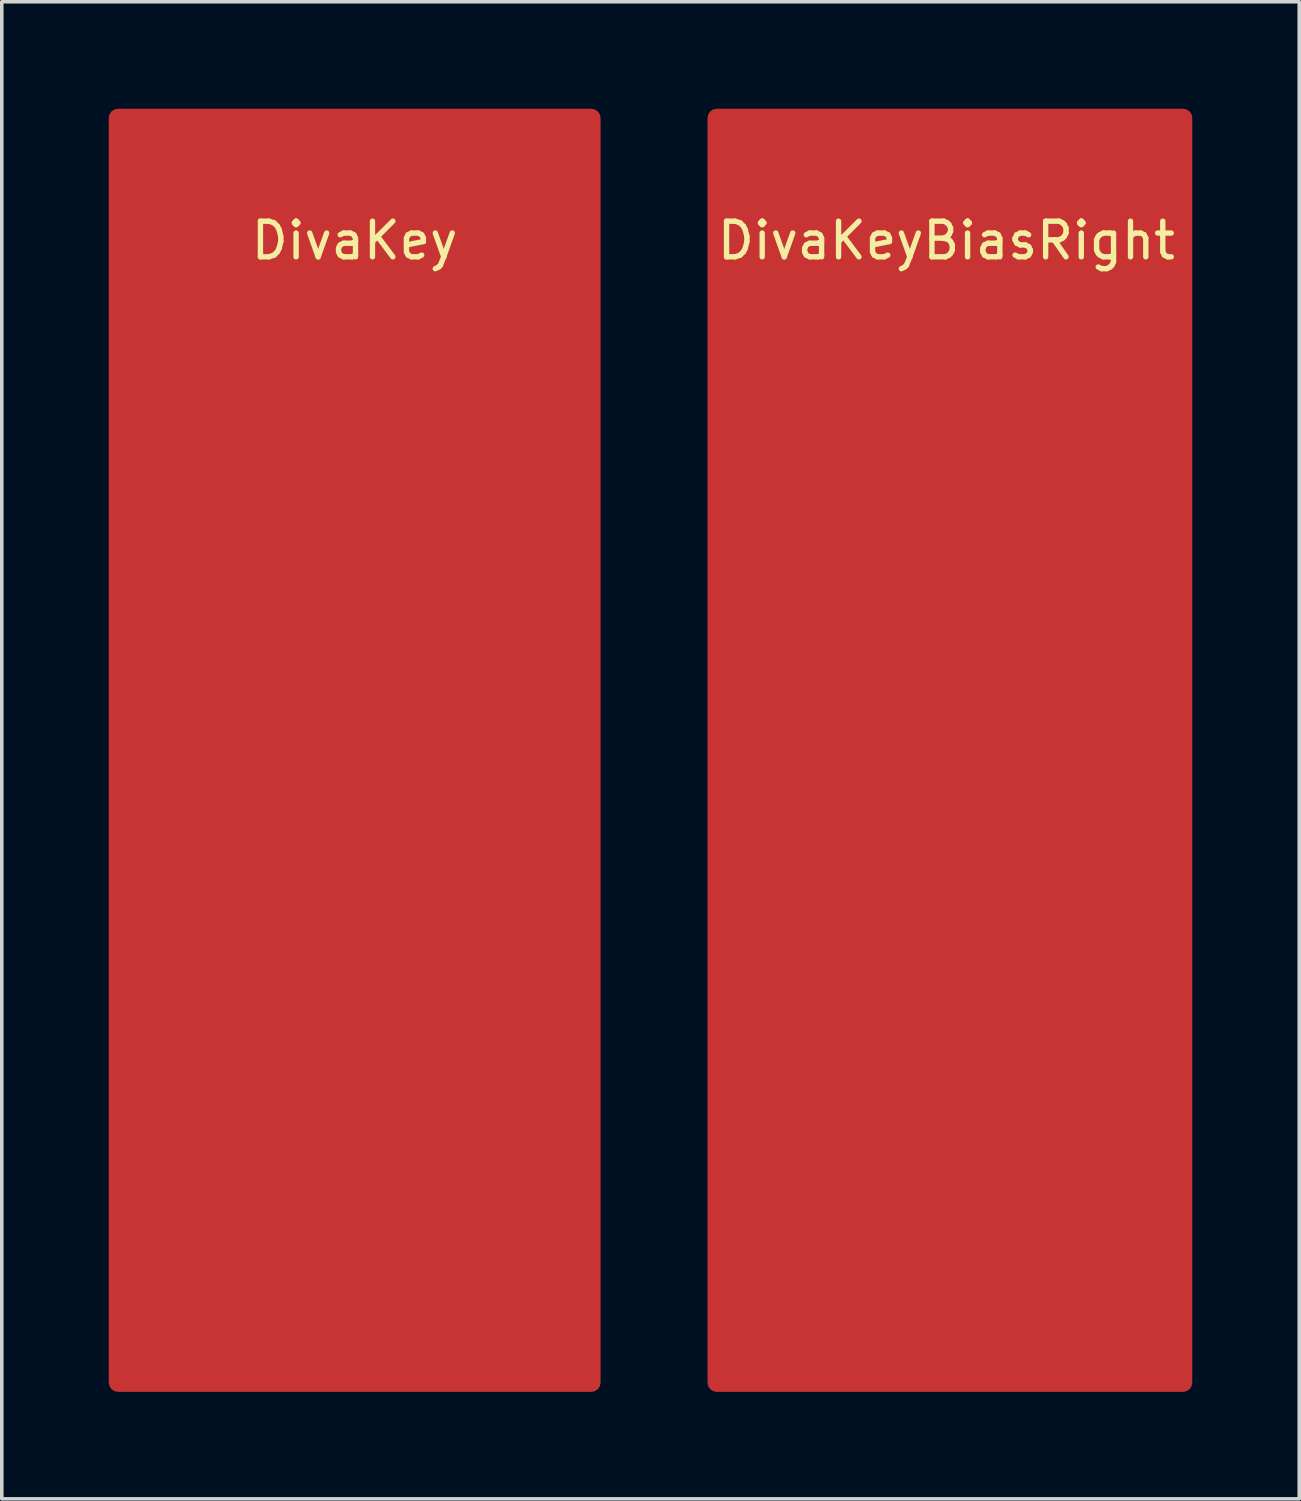
<source format=kicad_pcb>
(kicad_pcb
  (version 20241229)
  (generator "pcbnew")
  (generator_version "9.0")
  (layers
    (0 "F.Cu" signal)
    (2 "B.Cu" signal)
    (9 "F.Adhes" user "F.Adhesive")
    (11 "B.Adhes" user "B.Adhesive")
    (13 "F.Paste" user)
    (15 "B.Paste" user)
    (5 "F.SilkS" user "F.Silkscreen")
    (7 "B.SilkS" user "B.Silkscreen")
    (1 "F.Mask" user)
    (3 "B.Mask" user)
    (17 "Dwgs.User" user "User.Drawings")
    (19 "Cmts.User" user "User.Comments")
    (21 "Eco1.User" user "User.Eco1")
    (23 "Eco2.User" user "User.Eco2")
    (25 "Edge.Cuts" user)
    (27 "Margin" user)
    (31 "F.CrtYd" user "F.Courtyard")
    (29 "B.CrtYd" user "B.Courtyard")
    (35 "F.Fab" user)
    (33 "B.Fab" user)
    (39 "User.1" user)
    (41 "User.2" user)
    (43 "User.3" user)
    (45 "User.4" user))
  (footprint "DivaKeyBiasRight"
    (layer "F.Cu")
    (at 23.5 18)
    (property "Reference" "DivaKeyBiasRight" (at 0 -14.3 0) (unlocked yes) (layer "F.SilkS") (effects (font (size 1 1) (thickness 0.15))))
    (attr smd)
    (pad "1" smd roundrect (at 0 0) (size 13.6 36) (drill (offset 0.1 0)) (layers "F.Cu") (roundrect_rratio 0.019)))
  (footprint "DivaKey"
    (layer "F.Cu")
    (at 6.9 18)
    (property "Reference" "DivaKey" (at 0 -14.3 0) (unlocked yes) (layer "F.SilkS") (effects (font (size 1 1) (thickness 0.15))))
    (attr smd)
    (pad "1" smd roundrect (at 0 0) (size 13.8 36) (layers "F.Cu") (roundrect_rratio 0.019)))
  (gr_rect
    (start -3 -3)
    (end 33.4 39)
    (stroke (width 0.1) (type default))
    (fill no)
    (layer "Edge.Cuts")))
</source>
